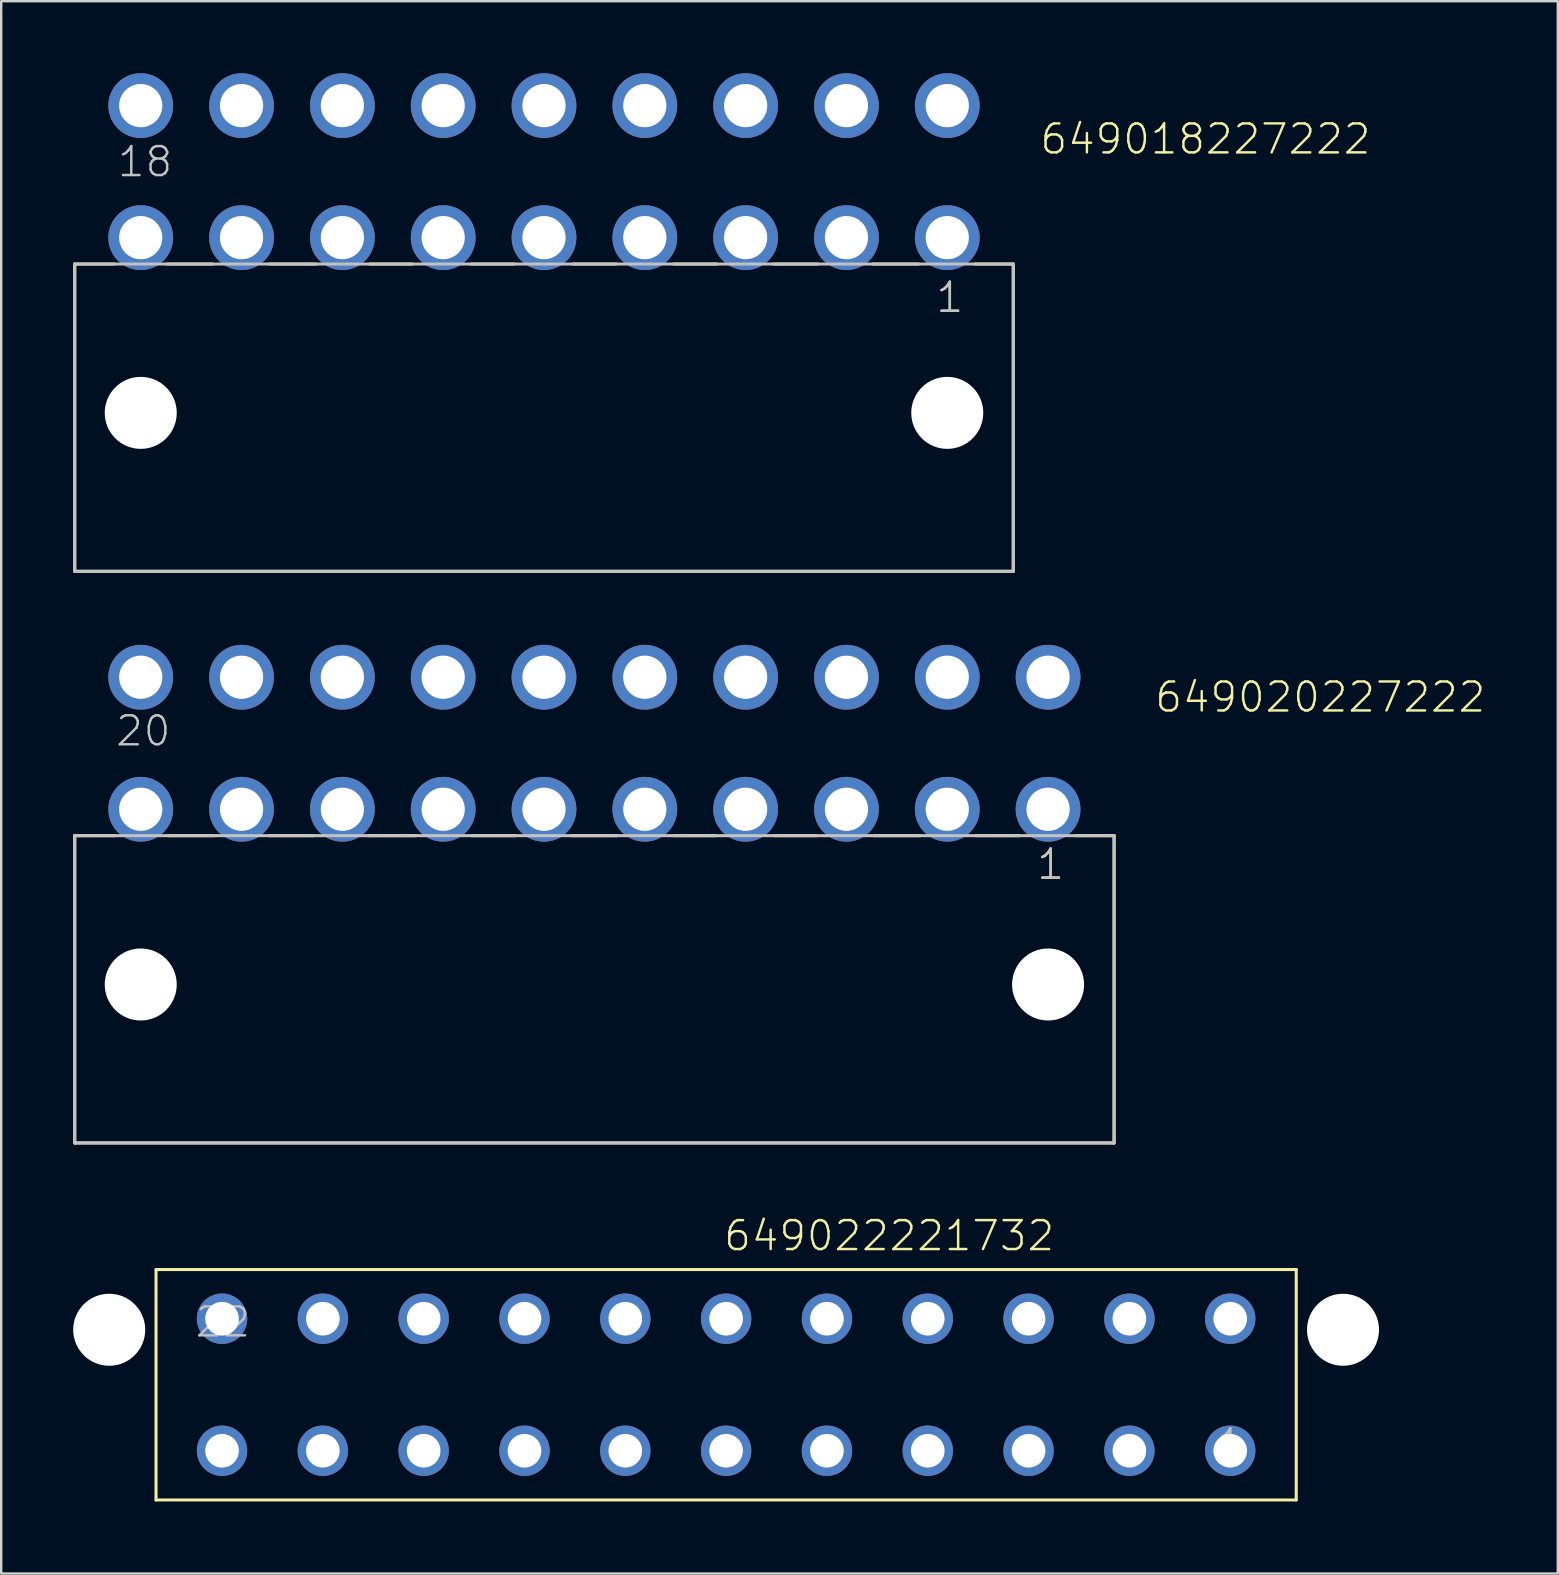
<source format=kicad_pcb>
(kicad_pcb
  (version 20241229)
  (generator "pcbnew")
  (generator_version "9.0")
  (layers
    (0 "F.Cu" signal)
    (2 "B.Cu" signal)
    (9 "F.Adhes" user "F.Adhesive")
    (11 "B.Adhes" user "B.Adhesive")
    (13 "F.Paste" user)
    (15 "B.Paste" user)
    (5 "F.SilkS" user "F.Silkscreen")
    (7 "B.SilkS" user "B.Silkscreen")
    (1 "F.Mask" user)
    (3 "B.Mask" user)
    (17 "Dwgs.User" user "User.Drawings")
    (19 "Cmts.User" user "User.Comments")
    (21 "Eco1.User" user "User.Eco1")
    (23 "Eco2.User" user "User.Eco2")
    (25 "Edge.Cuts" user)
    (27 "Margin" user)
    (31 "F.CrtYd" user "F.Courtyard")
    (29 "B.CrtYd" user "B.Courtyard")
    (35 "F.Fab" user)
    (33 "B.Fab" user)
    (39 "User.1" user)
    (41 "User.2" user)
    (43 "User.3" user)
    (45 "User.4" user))
  (footprint "649018227222"
    (layer "F.Cu")
    (at 19.613 14.15)
    (property "Reference" "649018227222" (at 20.598 -10.7 0) (layer "F.SilkS") (effects (font (size 1.206 1.206) (thickness 0.102)) (justify left bottom)))
    (attr through_hole)
    (fp_line (start -19.55 -6.2) (end -17.9 -6.2) (stroke (width 0.127) (type solid)) (layer "F.SilkS"))
    (fp_line (start -19.55 6.6) (end -19.55 -6.2) (stroke (width 0.127) (type solid)) (layer "F.SilkS"))
    (fp_line (start -15.7 -6.2) (end -13.8 -6.2) (stroke (width 0.127) (type solid)) (layer "F.SilkS"))
    (fp_line (start -11.45 -6.2) (end -9.5 -6.2) (stroke (width 0.127) (type solid)) (layer "F.SilkS"))
    (fp_line (start -7.25 -6.2) (end -5.5 -6.2) (stroke (width 0.127) (type solid)) (layer "F.SilkS"))
    (fp_line (start -3.05 -6.2) (end -1.25 -6.2) (stroke (width 0.127) (type solid)) (layer "F.SilkS"))
    (fp_line (start 1.2 -6.2) (end 3 -6.2) (stroke (width 0.127) (type solid)) (layer "F.SilkS"))
    (fp_line (start 5.4 -6.2) (end 7.2 -6.2) (stroke (width 0.127) (type solid)) (layer "F.SilkS"))
    (fp_line (start 9.55 -6.2) (end 11.4 -6.2) (stroke (width 0.127) (type solid)) (layer "F.SilkS"))
    (fp_line (start 13.7 -6.2) (end 15.6 -6.2) (stroke (width 0.127) (type solid)) (layer "F.SilkS"))
    (fp_line (start 17.95 -6.2) (end 19.55 -6.2) (stroke (width 0.127) (type solid)) (layer "F.SilkS"))
    (fp_line (start 19.55 -6.2) (end 19.55 6.6) (stroke (width 0.127) (type solid)) (layer "F.SilkS"))
    (fp_line (start 19.55 6.6) (end -19.55 6.6) (stroke (width 0.127) (type solid)) (layer "F.SilkS"))
    (fp_line (start -19.55 -6.2) (end 19.55 -6.2) (stroke (width 0.127) (type solid)) (layer "Dwgs.User"))
    (fp_line (start -19.55 6.6) (end -19.55 -6.2) (stroke (width 0.127) (type solid)) (layer "Dwgs.User"))
    (fp_line (start 19.55 -6.2) (end 19.55 6.6) (stroke (width 0.127) (type solid)) (layer "Dwgs.User"))
    (fp_line (start 19.55 6.6) (end -19.55 6.6) (stroke (width 0.127) (type solid)) (layer "Dwgs.User"))
    (fp_text user "1" (at 16.265 -4.1 0) (layer "F.SilkS") (effects (font (size 1.206 1.206) (thickness 0.102)) (justify left bottom)))
    (fp_text user "18" (at -17.835 -9.755 0) (layer "Dwgs.User") (effects (font (size 1.206 1.206) (thickness 0.102)) (justify left bottom)))
    (fp_text user "1" (at 16.265 -4.1 0) (layer "Dwgs.User") (effects (font (size 1.206 1.206) (thickness 0.102)) (justify left bottom)))
    (pad "" np_thru_hole circle (at -16.8 0) (size 3 3) (drill 3) (layers "*.Cu"))
    (pad "" np_thru_hole circle (at 16.8 0) (size 3 3) (drill 3) (layers "*.Cu"))
    (pad "1" thru_hole circle (at 16.8 -7.3) (size 2.7 2.7) (drill 1.8) (layers "*.Cu" "*.Mask"))
    (pad "2" thru_hole circle (at 12.6 -7.3) (size 2.7 2.7) (drill 1.8) (layers "*.Cu" "*.Mask"))
    (pad "3" thru_hole circle (at 8.4 -7.3) (size 2.7 2.7) (drill 1.8) (layers "*.Cu" "*.Mask"))
    (pad "4" thru_hole circle (at 4.2 -7.3) (size 2.7 2.7) (drill 1.8) (layers "*.Cu" "*.Mask"))
    (pad "5" thru_hole circle (at 0 -7.3) (size 2.7 2.7) (drill 1.8) (layers "*.Cu" "*.Mask"))
    (pad "6" thru_hole circle (at -4.2 -7.3) (size 2.7 2.7) (drill 1.8) (layers "*.Cu" "*.Mask"))
    (pad "7" thru_hole circle (at -8.4 -7.3) (size 2.7 2.7) (drill 1.8) (layers "*.Cu" "*.Mask"))
    (pad "8" thru_hole circle (at -12.6 -7.3) (size 2.7 2.7) (drill 1.8) (layers "*.Cu" "*.Mask"))
    (pad "9" thru_hole circle (at -16.8 -7.3) (size 2.7 2.7) (drill 1.8) (layers "*.Cu" "*.Mask"))
    (pad "10" thru_hole circle (at 16.8 -12.8) (size 2.7 2.7) (drill 1.8) (layers "*.Cu" "*.Mask"))
    (pad "11" thru_hole circle (at 12.6 -12.8) (size 2.7 2.7) (drill 1.8) (layers "*.Cu" "*.Mask"))
    (pad "12" thru_hole circle (at 8.4 -12.8) (size 2.7 2.7) (drill 1.8) (layers "*.Cu" "*.Mask"))
    (pad "13" thru_hole circle (at 4.2 -12.8) (size 2.7 2.7) (drill 1.8) (layers "*.Cu" "*.Mask"))
    (pad "14" thru_hole circle (at 0 -12.8) (size 2.7 2.7) (drill 1.8) (layers "*.Cu" "*.Mask"))
    (pad "15" thru_hole circle (at -4.2 -12.8) (size 2.7 2.7) (drill 1.8) (layers "*.Cu" "*.Mask"))
    (pad "16" thru_hole circle (at -8.4 -12.8) (size 2.7 2.7) (drill 1.8) (layers "*.Cu" "*.Mask"))
    (pad "17" thru_hole circle (at -12.6 -12.8) (size 2.7 2.7) (drill 1.8) (layers "*.Cu" "*.Mask"))
    (pad "18" thru_hole circle (at -16.8 -12.8) (size 2.7 2.7) (drill 1.8) (layers "*.Cu" "*.Mask")))
  (footprint "649022221732"
    (layer "F.Cu")
    (at 27.2 54.638)
    (property "Reference" "649022221732" (at -0.165 -5.5 0) (layer "F.SilkS") (effects (font (size 1.206 1.206) (thickness 0.102)) (justify left bottom)))
    (attr through_hole)
    (fp_line (start -23.75 -4.8) (end 23.75 -4.8) (stroke (width 0.127) (type solid)) (layer "F.SilkS"))
    (fp_line (start -23.75 4.8) (end -23.75 -4.8) (stroke (width 0.127) (type solid)) (layer "F.SilkS"))
    (fp_line (start 23.75 -4.8) (end 23.75 4.8) (stroke (width 0.127) (type solid)) (layer "F.SilkS"))
    (fp_line (start 23.75 4.8) (end -23.75 4.8) (stroke (width 0.127) (type solid)) (layer "F.SilkS"))
    (fp_text user "22" (at -22.18 -1.905 0) (layer "Dwgs.User") (effects (font (size 1.206 1.206) (thickness 0.102)) (justify left bottom)))
    (fp_text user "1" (at 20.365 3.175 0) (layer "Dwgs.User") (effects (font (size 1.206 1.206) (thickness 0.102)) (justify left bottom)))
    (pad "" np_thru_hole circle (at -25.7 -2.29) (size 3 3) (drill 3) (layers "*.Cu"))
    (pad "" np_thru_hole circle (at 25.7 -2.29) (size 3 3) (drill 3) (layers "*.Cu"))
    (pad "1" thru_hole circle (at 21 2.75) (size 2.1 2.1) (drill 1.4) (layers "*.Cu" "*.Mask"))
    (pad "2" thru_hole circle (at 16.8 2.75) (size 2.1 2.1) (drill 1.4) (layers "*.Cu" "*.Mask"))
    (pad "3" thru_hole circle (at 12.6 2.75) (size 2.1 2.1) (drill 1.4) (layers "*.Cu" "*.Mask"))
    (pad "4" thru_hole circle (at 8.4 2.75) (size 2.1 2.1) (drill 1.4) (layers "*.Cu" "*.Mask"))
    (pad "5" thru_hole circle (at 4.2 2.75) (size 2.1 2.1) (drill 1.4) (layers "*.Cu" "*.Mask"))
    (pad "6" thru_hole circle (at 0 2.75) (size 2.1 2.1) (drill 1.4) (layers "*.Cu" "*.Mask"))
    (pad "7" thru_hole circle (at -4.2 2.75) (size 2.1 2.1) (drill 1.4) (layers "*.Cu" "*.Mask"))
    (pad "8" thru_hole circle (at -8.4 2.75) (size 2.1 2.1) (drill 1.4) (layers "*.Cu" "*.Mask"))
    (pad "9" thru_hole circle (at -12.6 2.75) (size 2.1 2.1) (drill 1.4) (layers "*.Cu" "*.Mask"))
    (pad "10" thru_hole circle (at -16.8 2.75) (size 2.1 2.1) (drill 1.4) (layers "*.Cu" "*.Mask"))
    (pad "11" thru_hole circle (at -21 2.75) (size 2.1 2.1) (drill 1.4) (layers "*.Cu" "*.Mask"))
    (pad "12" thru_hole circle (at 21 -2.75) (size 2.1 2.1) (drill 1.4) (layers "*.Cu" "*.Mask"))
    (pad "13" thru_hole circle (at 16.8 -2.75) (size 2.1 2.1) (drill 1.4) (layers "*.Cu" "*.Mask"))
    (pad "14" thru_hole circle (at 12.6 -2.75) (size 2.1 2.1) (drill 1.4) (layers "*.Cu" "*.Mask"))
    (pad "15" thru_hole circle (at 8.4 -2.75) (size 2.1 2.1) (drill 1.4) (layers "*.Cu" "*.Mask"))
    (pad "16" thru_hole circle (at 4.2 -2.75) (size 2.1 2.1) (drill 1.4) (layers "*.Cu" "*.Mask"))
    (pad "17" thru_hole circle (at 0 -2.75) (size 2.1 2.1) (drill 1.4) (layers "*.Cu" "*.Mask"))
    (pad "18" thru_hole circle (at -4.2 -2.75) (size 2.1 2.1) (drill 1.4) (layers "*.Cu" "*.Mask"))
    (pad "19" thru_hole circle (at -8.4 -2.75) (size 2.1 2.1) (drill 1.4) (layers "*.Cu" "*.Mask"))
    (pad "20" thru_hole circle (at -12.6 -2.75) (size 2.1 2.1) (drill 1.4) (layers "*.Cu" "*.Mask"))
    (pad "21" thru_hole circle (at -16.8 -2.75) (size 2.1 2.1) (drill 1.4) (layers "*.Cu" "*.Mask"))
    (pad "22" thru_hole circle (at -21 -2.75) (size 2.1 2.1) (drill 1.4) (layers "*.Cu" "*.Mask")))
  (footprint "649020227222"
    (layer "F.Cu")
    (at 21.713 37.964)
    (property "Reference" "649020227222" (at 23.282 -11.265 0) (layer "F.SilkS") (effects (font (size 1.206 1.206) (thickness 0.102)) (justify left bottom)))
    (attr through_hole)
    (fp_line (start -21.65 -6.2) (end -19.95 -6.2) (stroke (width 0.127) (type solid)) (layer "F.SilkS"))
    (fp_line (start -21.65 6.6) (end -21.65 -6.2) (stroke (width 0.127) (type solid)) (layer "F.SilkS"))
    (fp_line (start -17.75 -6.2) (end -15.85 -6.2) (stroke (width 0.127) (type solid)) (layer "F.SilkS"))
    (fp_line (start -13.55 -6.2) (end -11.7 -6.2) (stroke (width 0.127) (type solid)) (layer "F.SilkS"))
    (fp_line (start -9.4 -6.2) (end -7.45 -6.2) (stroke (width 0.127) (type solid)) (layer "F.SilkS"))
    (fp_line (start -5.1 -6.2) (end -3.3 -6.2) (stroke (width 0.127) (type solid)) (layer "F.SilkS"))
    (fp_line (start -0.95 -6.2) (end 0.95 -6.2) (stroke (width 0.127) (type solid)) (layer "F.SilkS"))
    (fp_line (start 3.3 -6.2) (end 5.05 -6.2) (stroke (width 0.127) (type solid)) (layer "F.SilkS"))
    (fp_line (start 7.5 -6.2) (end 9.25 -6.2) (stroke (width 0.127) (type solid)) (layer "F.SilkS"))
    (fp_line (start 11.65 -6.2) (end 13.55 -6.2) (stroke (width 0.127) (type solid)) (layer "F.SilkS"))
    (fp_line (start 15.9 -6.2) (end 17.7 -6.2) (stroke (width 0.127) (type solid)) (layer "F.SilkS"))
    (fp_line (start 20.05 -6.2) (end 21.65 -6.2) (stroke (width 0.127) (type solid)) (layer "F.SilkS"))
    (fp_line (start 21.65 -6.2) (end 21.65 6.6) (stroke (width 0.127) (type solid)) (layer "F.SilkS"))
    (fp_line (start 21.65 6.6) (end -21.65 6.6) (stroke (width 0.127) (type solid)) (layer "F.SilkS"))
    (fp_line (start -21.65 -6.2) (end 21.65 -6.2) (stroke (width 0.127) (type solid)) (layer "Dwgs.User"))
    (fp_line (start -21.65 6.6) (end -21.65 -6.2) (stroke (width 0.127) (type solid)) (layer "Dwgs.User"))
    (fp_line (start 21.65 -6.2) (end 21.65 6.6) (stroke (width 0.127) (type solid)) (layer "Dwgs.User"))
    (fp_line (start 21.65 6.6) (end -21.65 6.6) (stroke (width 0.127) (type solid)) (layer "Dwgs.User"))
    (fp_text user "1" (at 18.365 -4.3 0) (layer "F.SilkS") (effects (font (size 1.206 1.206) (thickness 0.102)) (justify left bottom)))
    (fp_text user "1" (at 18.365 -4.3 0) (layer "Dwgs.User") (effects (font (size 1.206 1.206) (thickness 0.102)) (justify left bottom)))
    (fp_text user "20" (at -20.01 -9.855 0) (layer "Dwgs.User") (effects (font (size 1.206 1.206) (thickness 0.102)) (justify left bottom)))
    (pad "" np_thru_hole circle (at -18.9 0) (size 3 3) (drill 3) (layers "*.Cu"))
    (pad "" np_thru_hole circle (at 18.9 0) (size 3 3) (drill 3) (layers "*.Cu"))
    (pad "1" thru_hole circle (at 18.9 -7.3) (size 2.7 2.7) (drill 1.8) (layers "*.Cu" "*.Mask"))
    (pad "2" thru_hole circle (at 14.7 -7.3) (size 2.7 2.7) (drill 1.8) (layers "*.Cu" "*.Mask"))
    (pad "3" thru_hole circle (at 10.5 -7.3) (size 2.7 2.7) (drill 1.8) (layers "*.Cu" "*.Mask"))
    (pad "4" thru_hole circle (at 6.3 -7.3) (size 2.7 2.7) (drill 1.8) (layers "*.Cu" "*.Mask"))
    (pad "5" thru_hole circle (at 2.1 -7.3) (size 2.7 2.7) (drill 1.8) (layers "*.Cu" "*.Mask"))
    (pad "6" thru_hole circle (at -2.1 -7.3) (size 2.7 2.7) (drill 1.8) (layers "*.Cu" "*.Mask"))
    (pad "7" thru_hole circle (at -6.3 -7.3) (size 2.7 2.7) (drill 1.8) (layers "*.Cu" "*.Mask"))
    (pad "8" thru_hole circle (at -10.5 -7.3) (size 2.7 2.7) (drill 1.8) (layers "*.Cu" "*.Mask"))
    (pad "9" thru_hole circle (at -14.7 -7.3) (size 2.7 2.7) (drill 1.8) (layers "*.Cu" "*.Mask"))
    (pad "10" thru_hole circle (at -18.9 -7.3) (size 2.7 2.7) (drill 1.8) (layers "*.Cu" "*.Mask"))
    (pad "11" thru_hole circle (at 18.9 -12.8) (size 2.7 2.7) (drill 1.8) (layers "*.Cu" "*.Mask"))
    (pad "12" thru_hole circle (at 14.7 -12.8) (size 2.7 2.7) (drill 1.8) (layers "*.Cu" "*.Mask"))
    (pad "13" thru_hole circle (at 10.5 -12.8) (size 2.7 2.7) (drill 1.8) (layers "*.Cu" "*.Mask"))
    (pad "14" thru_hole circle (at 6.3 -12.8) (size 2.7 2.7) (drill 1.8) (layers "*.Cu" "*.Mask"))
    (pad "15" thru_hole circle (at 2.1 -12.8) (size 2.7 2.7) (drill 1.8) (layers "*.Cu" "*.Mask"))
    (pad "16" thru_hole circle (at -2.1 -12.8) (size 2.7 2.7) (drill 1.8) (layers "*.Cu" "*.Mask"))
    (pad "17" thru_hole circle (at -6.3 -12.8) (size 2.7 2.7) (drill 1.8) (layers "*.Cu" "*.Mask"))
    (pad "18" thru_hole circle (at -10.5 -12.8) (size 2.7 2.7) (drill 1.8) (layers "*.Cu" "*.Mask"))
    (pad "19" thru_hole circle (at -14.7 -12.8) (size 2.7 2.7) (drill 1.8) (layers "*.Cu" "*.Mask"))
    (pad "20" thru_hole circle (at -18.9 -12.8) (size 2.7 2.7) (drill 1.8) (layers "*.Cu" "*.Mask")))
  (gr_rect
    (start -3 -3)
    (end 61.848 62.502)
    (stroke (width 0.1) (type default))
    (fill no)
    (layer "Edge.Cuts")))
</source>
